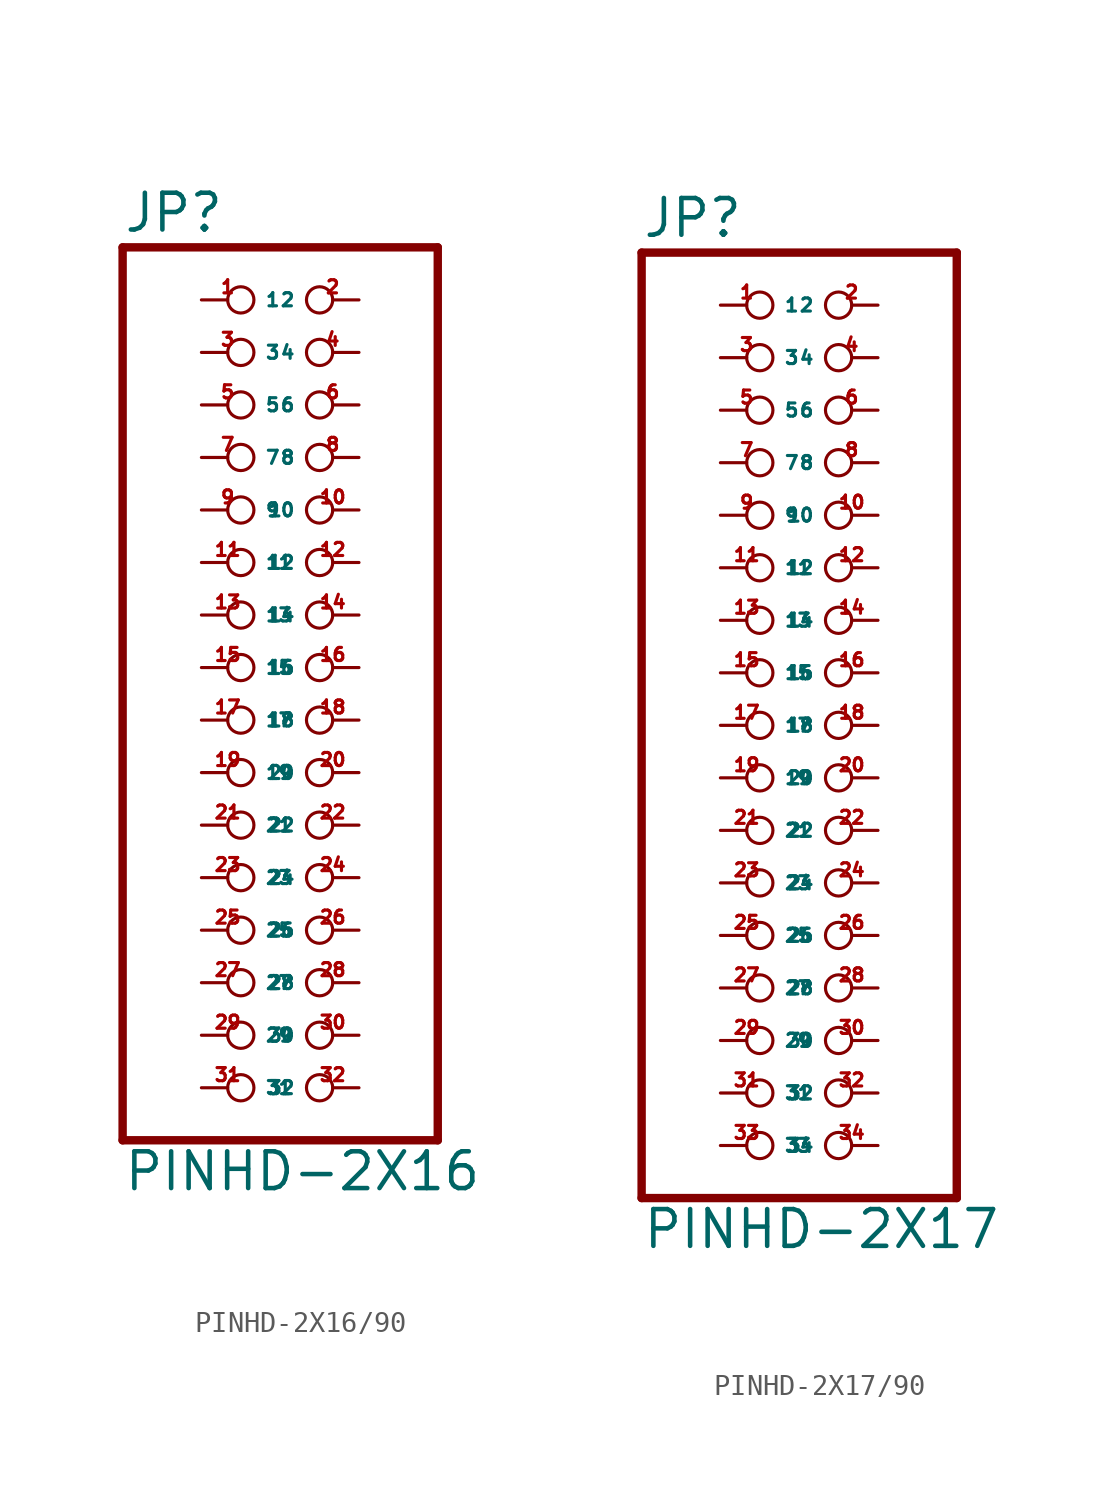
<source format=kicad_sym>
(kicad_symbol_lib
  (version 20220914)
  (generator Eagle2Kicad)
  (symbol "PINHD-2X16/90"
    (property "Reference" "JP"
      (at -6.35 20.955 0)
      (effects (font (size 1.778 1.778) (thickness 0.22)) (justify left bottom)))
    (property "Value" "PINHD-2X16"
      (at -6.35 -25.4 0)
      (effects (font (size 1.778 1.778) (thickness 0.22)) (justify left bottom)))
    (polyline
      (pts (xy -6.35 -22.86) (xy 8.89 -22.86))
      (stroke (width 0.406) (type default))
      (fill (type none)))
    (polyline
      (pts (xy 8.89 -22.86) (xy 8.89 20.32))
      (stroke (width 0.406) (type default))
      (fill (type none)))
    (polyline
      (pts (xy 8.89 20.32) (xy -6.35 20.32))
      (stroke (width 0.406) (type default))
      (fill (type none)))
    (polyline
      (pts (xy -6.35 20.32) (xy -6.35 -22.86))
      (stroke (width 0.406) (type default))
      (fill (type none)))
    (pin passive inverted
      (at -2.54 17.78 0)
      (length 2.54)
      (name "1" (effects (font (size 0.635 0.635) (thickness 0.08)) (justify left bottom)))
      (number "1" (effects (font (size 0.635 0.635) (thickness 0.08)) (justify left bottom))))
    (pin passive inverted
      (at 5.08 17.78 180)
      (length 2.54)
      (name "2" (effects (font (size 0.635 0.635) (thickness 0.08)) (justify left bottom)))
      (number "2" (effects (font (size 0.635 0.635) (thickness 0.08)) (justify left bottom))))
    (pin passive inverted
      (at -2.54 15.24 0)
      (length 2.54)
      (name "3" (effects (font (size 0.635 0.635) (thickness 0.08)) (justify left bottom)))
      (number "3" (effects (font (size 0.635 0.635) (thickness 0.08)) (justify left bottom))))
    (pin passive inverted
      (at 5.08 15.24 180)
      (length 2.54)
      (name "4" (effects (font (size 0.635 0.635) (thickness 0.08)) (justify left bottom)))
      (number "4" (effects (font (size 0.635 0.635) (thickness 0.08)) (justify left bottom))))
    (pin passive inverted
      (at -2.54 12.7 0)
      (length 2.54)
      (name "5" (effects (font (size 0.635 0.635) (thickness 0.08)) (justify left bottom)))
      (number "5" (effects (font (size 0.635 0.635) (thickness 0.08)) (justify left bottom))))
    (pin passive inverted
      (at 5.08 12.7 180)
      (length 2.54)
      (name "6" (effects (font (size 0.635 0.635) (thickness 0.08)) (justify left bottom)))
      (number "6" (effects (font (size 0.635 0.635) (thickness 0.08)) (justify left bottom))))
    (pin passive inverted
      (at -2.54 10.16 0)
      (length 2.54)
      (name "7" (effects (font (size 0.635 0.635) (thickness 0.08)) (justify left bottom)))
      (number "7" (effects (font (size 0.635 0.635) (thickness 0.08)) (justify left bottom))))
    (pin passive inverted
      (at 5.08 10.16 180)
      (length 2.54)
      (name "8" (effects (font (size 0.635 0.635) (thickness 0.08)) (justify left bottom)))
      (number "8" (effects (font (size 0.635 0.635) (thickness 0.08)) (justify left bottom))))
    (pin passive inverted
      (at -2.54 7.62 0)
      (length 2.54)
      (name "9" (effects (font (size 0.635 0.635) (thickness 0.08)) (justify left bottom)))
      (number "9" (effects (font (size 0.635 0.635) (thickness 0.08)) (justify left bottom))))
    (pin passive inverted
      (at 5.08 7.62 180)
      (length 2.54)
      (name "10" (effects (font (size 0.635 0.635) (thickness 0.08)) (justify left bottom)))
      (number "10" (effects (font (size 0.635 0.635) (thickness 0.08)) (justify left bottom))))
    (pin passive inverted
      (at -2.54 5.08 0)
      (length 2.54)
      (name "11" (effects (font (size 0.635 0.635) (thickness 0.08)) (justify left bottom)))
      (number "11" (effects (font (size 0.635 0.635) (thickness 0.08)) (justify left bottom))))
    (pin passive inverted
      (at 5.08 5.08 180)
      (length 2.54)
      (name "12" (effects (font (size 0.635 0.635) (thickness 0.08)) (justify left bottom)))
      (number "12" (effects (font (size 0.635 0.635) (thickness 0.08)) (justify left bottom))))
    (pin passive inverted
      (at -2.54 2.54 0)
      (length 2.54)
      (name "13" (effects (font (size 0.635 0.635) (thickness 0.08)) (justify left bottom)))
      (number "13" (effects (font (size 0.635 0.635) (thickness 0.08)) (justify left bottom))))
    (pin passive inverted
      (at 5.08 2.54 180)
      (length 2.54)
      (name "14" (effects (font (size 0.635 0.635) (thickness 0.08)) (justify left bottom)))
      (number "14" (effects (font (size 0.635 0.635) (thickness 0.08)) (justify left bottom))))
    (pin passive inverted
      (at -2.54 0 0)
      (length 2.54)
      (name "15" (effects (font (size 0.635 0.635) (thickness 0.08)) (justify left bottom)))
      (number "15" (effects (font (size 0.635 0.635) (thickness 0.08)) (justify left bottom))))
    (pin passive inverted
      (at 5.08 0 180)
      (length 2.54)
      (name "16" (effects (font (size 0.635 0.635) (thickness 0.08)) (justify left bottom)))
      (number "16" (effects (font (size 0.635 0.635) (thickness 0.08)) (justify left bottom))))
    (pin passive inverted
      (at -2.54 -2.54 0)
      (length 2.54)
      (name "17" (effects (font (size 0.635 0.635) (thickness 0.08)) (justify left bottom)))
      (number "17" (effects (font (size 0.635 0.635) (thickness 0.08)) (justify left bottom))))
    (pin passive inverted
      (at 5.08 -2.54 180)
      (length 2.54)
      (name "18" (effects (font (size 0.635 0.635) (thickness 0.08)) (justify left bottom)))
      (number "18" (effects (font (size 0.635 0.635) (thickness 0.08)) (justify left bottom))))
    (pin passive inverted
      (at -2.54 -5.08 0)
      (length 2.54)
      (name "19" (effects (font (size 0.635 0.635) (thickness 0.08)) (justify left bottom)))
      (number "19" (effects (font (size 0.635 0.635) (thickness 0.08)) (justify left bottom))))
    (pin passive inverted
      (at 5.08 -5.08 180)
      (length 2.54)
      (name "20" (effects (font (size 0.635 0.635) (thickness 0.08)) (justify left bottom)))
      (number "20" (effects (font (size 0.635 0.635) (thickness 0.08)) (justify left bottom))))
    (pin passive inverted
      (at -2.54 -7.62 0)
      (length 2.54)
      (name "21" (effects (font (size 0.635 0.635) (thickness 0.08)) (justify left bottom)))
      (number "21" (effects (font (size 0.635 0.635) (thickness 0.08)) (justify left bottom))))
    (pin passive inverted
      (at 5.08 -7.62 180)
      (length 2.54)
      (name "22" (effects (font (size 0.635 0.635) (thickness 0.08)) (justify left bottom)))
      (number "22" (effects (font (size 0.635 0.635) (thickness 0.08)) (justify left bottom))))
    (pin passive inverted
      (at -2.54 -10.16 0)
      (length 2.54)
      (name "23" (effects (font (size 0.635 0.635) (thickness 0.08)) (justify left bottom)))
      (number "23" (effects (font (size 0.635 0.635) (thickness 0.08)) (justify left bottom))))
    (pin passive inverted
      (at 5.08 -10.16 180)
      (length 2.54)
      (name "24" (effects (font (size 0.635 0.635) (thickness 0.08)) (justify left bottom)))
      (number "24" (effects (font (size 0.635 0.635) (thickness 0.08)) (justify left bottom))))
    (pin passive inverted
      (at -2.54 -12.7 0)
      (length 2.54)
      (name "25" (effects (font (size 0.635 0.635) (thickness 0.08)) (justify left bottom)))
      (number "25" (effects (font (size 0.635 0.635) (thickness 0.08)) (justify left bottom))))
    (pin passive inverted
      (at 5.08 -12.7 180)
      (length 2.54)
      (name "26" (effects (font (size 0.635 0.635) (thickness 0.08)) (justify left bottom)))
      (number "26" (effects (font (size 0.635 0.635) (thickness 0.08)) (justify left bottom))))
    (pin passive inverted
      (at -2.54 -15.24 0)
      (length 2.54)
      (name "27" (effects (font (size 0.635 0.635) (thickness 0.08)) (justify left bottom)))
      (number "27" (effects (font (size 0.635 0.635) (thickness 0.08)) (justify left bottom))))
    (pin passive inverted
      (at 5.08 -15.24 180)
      (length 2.54)
      (name "28" (effects (font (size 0.635 0.635) (thickness 0.08)) (justify left bottom)))
      (number "28" (effects (font (size 0.635 0.635) (thickness 0.08)) (justify left bottom))))
    (pin passive inverted
      (at -2.54 -17.78 0)
      (length 2.54)
      (name "29" (effects (font (size 0.635 0.635) (thickness 0.08)) (justify left bottom)))
      (number "29" (effects (font (size 0.635 0.635) (thickness 0.08)) (justify left bottom))))
    (pin passive inverted
      (at 5.08 -17.78 180)
      (length 2.54)
      (name "30" (effects (font (size 0.635 0.635) (thickness 0.08)) (justify left bottom)))
      (number "30" (effects (font (size 0.635 0.635) (thickness 0.08)) (justify left bottom))))
    (pin passive inverted
      (at -2.54 -20.32 0)
      (length 2.54)
      (name "31" (effects (font (size 0.635 0.635) (thickness 0.08)) (justify left bottom)))
      (number "31" (effects (font (size 0.635 0.635) (thickness 0.08)) (justify left bottom))))
    (pin passive inverted
      (at 5.08 -20.32 180)
      (length 2.54)
      (name "32" (effects (font (size 0.635 0.635) (thickness 0.08)) (justify left bottom)))
      (number "32" (effects (font (size 0.635 0.635) (thickness 0.08)) (justify left bottom)))))
  (symbol "PINHD-2X17/90"
    (property "Reference" "JP"
      (at -6.35 23.495 0)
      (effects (font (size 1.778 1.778) (thickness 0.22)) (justify left bottom)))
    (property "Value" "PINHD-2X17"
      (at -6.35 -25.4 0)
      (effects (font (size 1.778 1.778) (thickness 0.22)) (justify left bottom)))
    (polyline
      (pts (xy -6.35 -22.86) (xy 8.89 -22.86))
      (stroke (width 0.406) (type default))
      (fill (type none)))
    (polyline
      (pts (xy 8.89 -22.86) (xy 8.89 22.86))
      (stroke (width 0.406) (type default))
      (fill (type none)))
    (polyline
      (pts (xy 8.89 22.86) (xy -6.35 22.86))
      (stroke (width 0.406) (type default))
      (fill (type none)))
    (polyline
      (pts (xy -6.35 22.86) (xy -6.35 -22.86))
      (stroke (width 0.406) (type default))
      (fill (type none)))
    (pin passive inverted
      (at -2.54 20.32 0)
      (length 2.54)
      (name "1" (effects (font (size 0.635 0.635) (thickness 0.08)) (justify left bottom)))
      (number "1" (effects (font (size 0.635 0.635) (thickness 0.08)) (justify left bottom))))
    (pin passive inverted
      (at 5.08 20.32 180)
      (length 2.54)
      (name "2" (effects (font (size 0.635 0.635) (thickness 0.08)) (justify left bottom)))
      (number "2" (effects (font (size 0.635 0.635) (thickness 0.08)) (justify left bottom))))
    (pin passive inverted
      (at -2.54 17.78 0)
      (length 2.54)
      (name "3" (effects (font (size 0.635 0.635) (thickness 0.08)) (justify left bottom)))
      (number "3" (effects (font (size 0.635 0.635) (thickness 0.08)) (justify left bottom))))
    (pin passive inverted
      (at 5.08 17.78 180)
      (length 2.54)
      (name "4" (effects (font (size 0.635 0.635) (thickness 0.08)) (justify left bottom)))
      (number "4" (effects (font (size 0.635 0.635) (thickness 0.08)) (justify left bottom))))
    (pin passive inverted
      (at -2.54 15.24 0)
      (length 2.54)
      (name "5" (effects (font (size 0.635 0.635) (thickness 0.08)) (justify left bottom)))
      (number "5" (effects (font (size 0.635 0.635) (thickness 0.08)) (justify left bottom))))
    (pin passive inverted
      (at 5.08 15.24 180)
      (length 2.54)
      (name "6" (effects (font (size 0.635 0.635) (thickness 0.08)) (justify left bottom)))
      (number "6" (effects (font (size 0.635 0.635) (thickness 0.08)) (justify left bottom))))
    (pin passive inverted
      (at -2.54 12.7 0)
      (length 2.54)
      (name "7" (effects (font (size 0.635 0.635) (thickness 0.08)) (justify left bottom)))
      (number "7" (effects (font (size 0.635 0.635) (thickness 0.08)) (justify left bottom))))
    (pin passive inverted
      (at 5.08 12.7 180)
      (length 2.54)
      (name "8" (effects (font (size 0.635 0.635) (thickness 0.08)) (justify left bottom)))
      (number "8" (effects (font (size 0.635 0.635) (thickness 0.08)) (justify left bottom))))
    (pin passive inverted
      (at -2.54 10.16 0)
      (length 2.54)
      (name "9" (effects (font (size 0.635 0.635) (thickness 0.08)) (justify left bottom)))
      (number "9" (effects (font (size 0.635 0.635) (thickness 0.08)) (justify left bottom))))
    (pin passive inverted
      (at 5.08 10.16 180)
      (length 2.54)
      (name "10" (effects (font (size 0.635 0.635) (thickness 0.08)) (justify left bottom)))
      (number "10" (effects (font (size 0.635 0.635) (thickness 0.08)) (justify left bottom))))
    (pin passive inverted
      (at -2.54 7.62 0)
      (length 2.54)
      (name "11" (effects (font (size 0.635 0.635) (thickness 0.08)) (justify left bottom)))
      (number "11" (effects (font (size 0.635 0.635) (thickness 0.08)) (justify left bottom))))
    (pin passive inverted
      (at 5.08 7.62 180)
      (length 2.54)
      (name "12" (effects (font (size 0.635 0.635) (thickness 0.08)) (justify left bottom)))
      (number "12" (effects (font (size 0.635 0.635) (thickness 0.08)) (justify left bottom))))
    (pin passive inverted
      (at -2.54 5.08 0)
      (length 2.54)
      (name "13" (effects (font (size 0.635 0.635) (thickness 0.08)) (justify left bottom)))
      (number "13" (effects (font (size 0.635 0.635) (thickness 0.08)) (justify left bottom))))
    (pin passive inverted
      (at 5.08 5.08 180)
      (length 2.54)
      (name "14" (effects (font (size 0.635 0.635) (thickness 0.08)) (justify left bottom)))
      (number "14" (effects (font (size 0.635 0.635) (thickness 0.08)) (justify left bottom))))
    (pin passive inverted
      (at -2.54 2.54 0)
      (length 2.54)
      (name "15" (effects (font (size 0.635 0.635) (thickness 0.08)) (justify left bottom)))
      (number "15" (effects (font (size 0.635 0.635) (thickness 0.08)) (justify left bottom))))
    (pin passive inverted
      (at 5.08 2.54 180)
      (length 2.54)
      (name "16" (effects (font (size 0.635 0.635) (thickness 0.08)) (justify left bottom)))
      (number "16" (effects (font (size 0.635 0.635) (thickness 0.08)) (justify left bottom))))
    (pin passive inverted
      (at -2.54 0 0)
      (length 2.54)
      (name "17" (effects (font (size 0.635 0.635) (thickness 0.08)) (justify left bottom)))
      (number "17" (effects (font (size 0.635 0.635) (thickness 0.08)) (justify left bottom))))
    (pin passive inverted
      (at 5.08 0 180)
      (length 2.54)
      (name "18" (effects (font (size 0.635 0.635) (thickness 0.08)) (justify left bottom)))
      (number "18" (effects (font (size 0.635 0.635) (thickness 0.08)) (justify left bottom))))
    (pin passive inverted
      (at -2.54 -2.54 0)
      (length 2.54)
      (name "19" (effects (font (size 0.635 0.635) (thickness 0.08)) (justify left bottom)))
      (number "19" (effects (font (size 0.635 0.635) (thickness 0.08)) (justify left bottom))))
    (pin passive inverted
      (at 5.08 -2.54 180)
      (length 2.54)
      (name "20" (effects (font (size 0.635 0.635) (thickness 0.08)) (justify left bottom)))
      (number "20" (effects (font (size 0.635 0.635) (thickness 0.08)) (justify left bottom))))
    (pin passive inverted
      (at -2.54 -5.08 0)
      (length 2.54)
      (name "21" (effects (font (size 0.635 0.635) (thickness 0.08)) (justify left bottom)))
      (number "21" (effects (font (size 0.635 0.635) (thickness 0.08)) (justify left bottom))))
    (pin passive inverted
      (at 5.08 -5.08 180)
      (length 2.54)
      (name "22" (effects (font (size 0.635 0.635) (thickness 0.08)) (justify left bottom)))
      (number "22" (effects (font (size 0.635 0.635) (thickness 0.08)) (justify left bottom))))
    (pin passive inverted
      (at -2.54 -7.62 0)
      (length 2.54)
      (name "23" (effects (font (size 0.635 0.635) (thickness 0.08)) (justify left bottom)))
      (number "23" (effects (font (size 0.635 0.635) (thickness 0.08)) (justify left bottom))))
    (pin passive inverted
      (at 5.08 -7.62 180)
      (length 2.54)
      (name "24" (effects (font (size 0.635 0.635) (thickness 0.08)) (justify left bottom)))
      (number "24" (effects (font (size 0.635 0.635) (thickness 0.08)) (justify left bottom))))
    (pin passive inverted
      (at -2.54 -10.16 0)
      (length 2.54)
      (name "25" (effects (font (size 0.635 0.635) (thickness 0.08)) (justify left bottom)))
      (number "25" (effects (font (size 0.635 0.635) (thickness 0.08)) (justify left bottom))))
    (pin passive inverted
      (at 5.08 -10.16 180)
      (length 2.54)
      (name "26" (effects (font (size 0.635 0.635) (thickness 0.08)) (justify left bottom)))
      (number "26" (effects (font (size 0.635 0.635) (thickness 0.08)) (justify left bottom))))
    (pin passive inverted
      (at -2.54 -12.7 0)
      (length 2.54)
      (name "27" (effects (font (size 0.635 0.635) (thickness 0.08)) (justify left bottom)))
      (number "27" (effects (font (size 0.635 0.635) (thickness 0.08)) (justify left bottom))))
    (pin passive inverted
      (at 5.08 -12.7 180)
      (length 2.54)
      (name "28" (effects (font (size 0.635 0.635) (thickness 0.08)) (justify left bottom)))
      (number "28" (effects (font (size 0.635 0.635) (thickness 0.08)) (justify left bottom))))
    (pin passive inverted
      (at -2.54 -15.24 0)
      (length 2.54)
      (name "29" (effects (font (size 0.635 0.635) (thickness 0.08)) (justify left bottom)))
      (number "29" (effects (font (size 0.635 0.635) (thickness 0.08)) (justify left bottom))))
    (pin passive inverted
      (at 5.08 -15.24 180)
      (length 2.54)
      (name "30" (effects (font (size 0.635 0.635) (thickness 0.08)) (justify left bottom)))
      (number "30" (effects (font (size 0.635 0.635) (thickness 0.08)) (justify left bottom))))
    (pin passive inverted
      (at -2.54 -17.78 0)
      (length 2.54)
      (name "31" (effects (font (size 0.635 0.635) (thickness 0.08)) (justify left bottom)))
      (number "31" (effects (font (size 0.635 0.635) (thickness 0.08)) (justify left bottom))))
    (pin passive inverted
      (at 5.08 -17.78 180)
      (length 2.54)
      (name "32" (effects (font (size 0.635 0.635) (thickness 0.08)) (justify left bottom)))
      (number "32" (effects (font (size 0.635 0.635) (thickness 0.08)) (justify left bottom))))
    (pin passive inverted
      (at -2.54 -20.32 0)
      (length 2.54)
      (name "33" (effects (font (size 0.635 0.635) (thickness 0.08)) (justify left bottom)))
      (number "33" (effects (font (size 0.635 0.635) (thickness 0.08)) (justify left bottom))))
    (pin passive inverted
      (at 5.08 -20.32 180)
      (length 2.54)
      (name "34" (effects (font (size 0.635 0.635) (thickness 0.08)) (justify left bottom)))
      (number "34" (effects (font (size 0.635 0.635) (thickness 0.08)) (justify left bottom))))))
</source>
